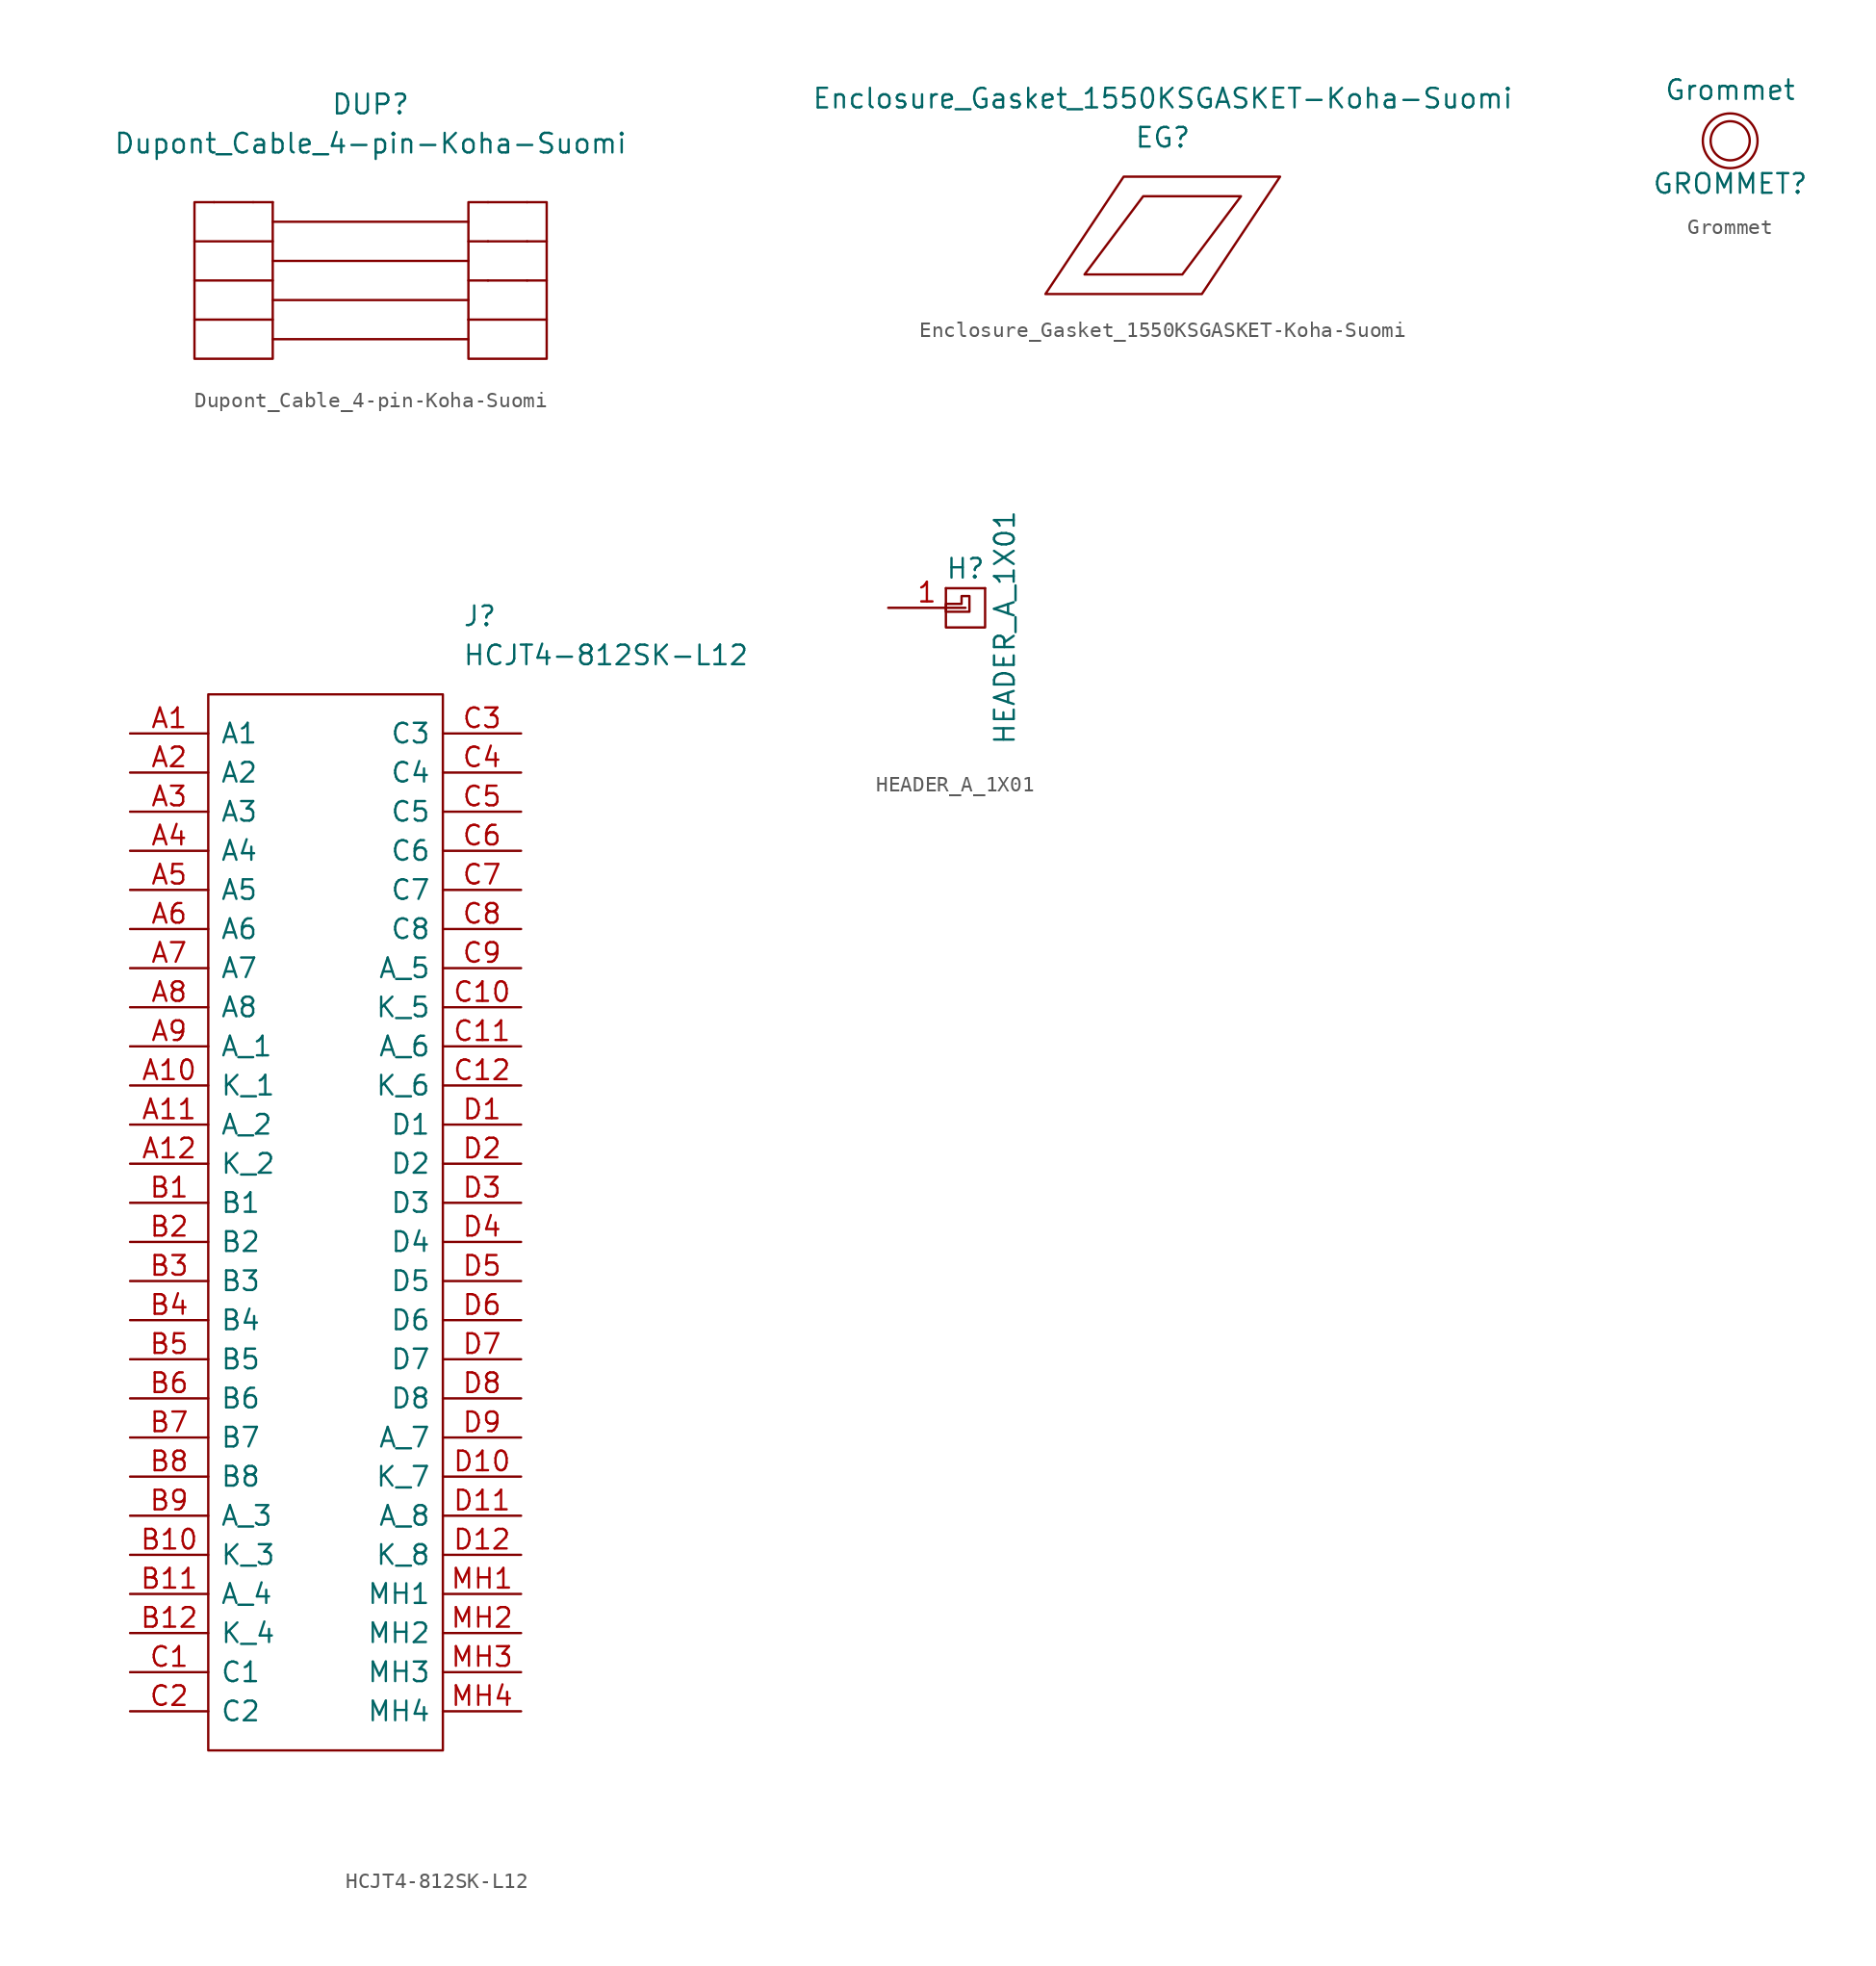
<source format=kicad_sym>
(kicad_symbol_lib
  (version 20220914)
  (generator kicad_symbol_editor)
  (symbol "Dupont_Cable_4-pin-Koha-Suomi"
    (pin_names
      (offset 1.016))
    (property "Reference" "DUP"
      (at 0 12.7 0)
      (effects (font (size 1.27 1.27))))
    (property "Value" "Dupont_Cable_4-pin-Koha-Suomi"
      (at 0 10.16 0)
      (effects (font (size 1.27 1.27))))
    (symbol "Dupont_Cable_4-pin-Koha-Suomi_0_1"
      (polyline (pts (xy -11.43 1.27) (xy -6.35 1.27)) (stroke (width 0) (type solid)) (fill (type none)))
      (polyline (pts (xy -11.43 3.81) (xy -6.35 3.81)) (stroke (width 0) (type solid)) (fill (type none)))
      (polyline (pts (xy -10.16 6.35) (xy -7.62 6.35)) (stroke (width 0) (type solid)) (fill (type none)))
      (polyline (pts (xy -7.62 6.35) (xy -6.35 6.35)) (stroke (width 0) (type solid)) (fill (type none)))
      (polyline (pts (xy -6.35 -2.54) (xy 6.35 -2.54)) (stroke (width 0) (type solid)) (fill (type none)))
      (polyline (pts (xy -6.35 2.54) (xy 6.35 2.54)) (stroke (width 0) (type solid)) (fill (type none)))
      (polyline (pts (xy -6.35 5.08) (xy 6.35 5.08)) (stroke (width 0) (type solid)) (fill (type none)))
      (polyline (pts (xy 6.35 0) (xy -6.35 0)) (stroke (width 0) (type solid)) (fill (type none)))
      (polyline (pts (xy 6.35 1.27) (xy 7.62 1.27)) (stroke (width 0) (type solid)) (fill (type none)))
      (polyline (pts (xy 6.35 3.81) (xy 7.62 3.81)) (stroke (width 0) (type solid)) (fill (type none)))
      (polyline (pts (xy 7.62 6.35) (xy 10.16 6.35)) (stroke (width 0) (type solid)) (fill (type none)))
      (polyline (pts (xy 10.16 1.27) (xy 7.62 1.27)) (stroke (width 0) (type solid)) (fill (type none)))
      (polyline (pts (xy 10.16 1.27) (xy 11.43 1.27)) (stroke (width 0) (type solid)) (fill (type none)))
      (polyline (pts (xy 10.16 3.81) (xy 7.62 3.81)) (stroke (width 0) (type solid)) (fill (type none)))
      (polyline (pts (xy 10.16 3.81) (xy 11.43 3.81)) (stroke (width 0) (type solid)) (fill (type none)))
      (polyline (pts (xy 6.35 -1.27) (xy 6.35 6.35) (xy 7.62 6.35)) (stroke (width 0) (type solid)) (fill (type none)))
      (polyline (pts (xy -6.35 -1.27) (xy -6.35 -3.81) (xy -11.43 -3.81) (xy -11.43 -1.27)) (stroke (width 0) (type solid)) (fill (type none)))
      (polyline (pts (xy 10.16 6.35) (xy 11.43 6.35) (xy 11.43 -1.27) (xy 6.35 -1.27)) (stroke (width 0) (type solid)) (fill (type none)))
      (polyline (pts (xy 11.43 -1.27) (xy 11.43 -3.81) (xy 6.35 -3.81) (xy 6.35 -1.27)) (stroke (width 0) (type solid)) (fill (type none)))
      (polyline (pts (xy -6.35 6.35) (xy -6.35 -1.27) (xy -11.43 -1.27) (xy -11.43 6.35) (xy -10.16 6.35)) (stroke (width 0) (type solid)) (fill (type none)))))
  (symbol "Enclosure_Gasket_1550KSGASKET-Koha-Suomi"
    (pin_names
      (offset 1.016))
    (property "Reference" "EG"
      (at 0 8.89 0)
      (effects (font (size 1.27 1.27))))
    (property "Value" "Enclosure_Gasket_1550KSGASKET-Koha-Suomi"
      (at 0 11.43 0)
      (effects (font (size 1.27 1.27))))
    (symbol "Enclosure_Gasket_1550KSGASKET-Koha-Suomi_0_1"
      (polyline (pts (xy -2.54 6.35) (xy -7.62 -1.27) (xy 2.54 -1.27) (xy 7.62 6.35) (xy -2.54 6.35)) (stroke (width 0) (type solid)) (fill (type none)))
      (polyline (pts (xy -1.27 5.08) (xy -5.08 0) (xy 1.27 0) (xy 5.08 5.08) (xy -1.27 5.08)) (stroke (width 0) (type solid)) (fill (type none)))))
  (symbol "Grommet"
    (pin_names
      (offset 1.016))
    (property "Reference" "GROMMET"
      (at 0 -2.794 0)
      (effects (font (size 1.27 1.27))))
    (property "Value" "Grommet"
      (at 0 3.302 0)
      (effects (font (size 1.27 1.27))))
    (symbol "Grommet_0_1"
      (circle (center 0 0) (radius 1.27) (stroke (width 0) (type solid)) (fill (type none)))
      (circle (center 0 0) (radius 1.778) (stroke (width 0) (type solid)) (fill (type none)))))
  (symbol "HCJT4-812SK-L12"
    (pin_names
      (offset 0.762))
    (property "Reference" "J"
      (at 21.59 7.62 0)
      (effects (font (size 1.27 1.27)) (justify left)))
    (property "Value" "HCJT4-812SK-L12"
      (at 21.59 5.08 0)
      (effects (font (size 1.27 1.27)) (justify left)))
    (symbol "HCJT4-812SK-L12_0_0"
      (pin passive line (at 0 0 0) (length 5.08) (name "A1" (effects (font (size 1.27 1.27)))) (number "A1" (effects (font (size 1.27 1.27)))))
      (pin passive line (at 0 -22.86 0) (length 5.08) (name "K_1" (effects (font (size 1.27 1.27)))) (number "A10" (effects (font (size 1.27 1.27)))))
      (pin passive line (at 0 -25.4 0) (length 5.08) (name "A_2" (effects (font (size 1.27 1.27)))) (number "A11" (effects (font (size 1.27 1.27)))))
      (pin passive line (at 0 -27.94 0) (length 5.08) (name "K_2" (effects (font (size 1.27 1.27)))) (number "A12" (effects (font (size 1.27 1.27)))))
      (pin passive line (at 0 -2.54 0) (length 5.08) (name "A2" (effects (font (size 1.27 1.27)))) (number "A2" (effects (font (size 1.27 1.27)))))
      (pin passive line (at 0 -5.08 0) (length 5.08) (name "A3" (effects (font (size 1.27 1.27)))) (number "A3" (effects (font (size 1.27 1.27)))))
      (pin passive line (at 0 -7.62 0) (length 5.08) (name "A4" (effects (font (size 1.27 1.27)))) (number "A4" (effects (font (size 1.27 1.27)))))
      (pin passive line (at 0 -10.16 0) (length 5.08) (name "A5" (effects (font (size 1.27 1.27)))) (number "A5" (effects (font (size 1.27 1.27)))))
      (pin passive line (at 0 -12.7 0) (length 5.08) (name "A6" (effects (font (size 1.27 1.27)))) (number "A6" (effects (font (size 1.27 1.27)))))
      (pin passive line (at 0 -15.24 0) (length 5.08) (name "A7" (effects (font (size 1.27 1.27)))) (number "A7" (effects (font (size 1.27 1.27)))))
      (pin passive line (at 0 -17.78 0) (length 5.08) (name "A8" (effects (font (size 1.27 1.27)))) (number "A8" (effects (font (size 1.27 1.27)))))
      (pin passive line (at 0 -20.32 0) (length 5.08) (name "A_1" (effects (font (size 1.27 1.27)))) (number "A9" (effects (font (size 1.27 1.27)))))
      (pin passive line (at 0 -30.48 0) (length 5.08) (name "B1" (effects (font (size 1.27 1.27)))) (number "B1" (effects (font (size 1.27 1.27)))))
      (pin passive line (at 0 -53.34 0) (length 5.08) (name "K_3" (effects (font (size 1.27 1.27)))) (number "B10" (effects (font (size 1.27 1.27)))))
      (pin passive line (at 0 -55.88 0) (length 5.08) (name "A_4" (effects (font (size 1.27 1.27)))) (number "B11" (effects (font (size 1.27 1.27)))))
      (pin passive line (at 0 -58.42 0) (length 5.08) (name "K_4" (effects (font (size 1.27 1.27)))) (number "B12" (effects (font (size 1.27 1.27)))))
      (pin passive line (at 0 -33.02 0) (length 5.08) (name "B2" (effects (font (size 1.27 1.27)))) (number "B2" (effects (font (size 1.27 1.27)))))
      (pin passive line (at 0 -35.56 0) (length 5.08) (name "B3" (effects (font (size 1.27 1.27)))) (number "B3" (effects (font (size 1.27 1.27)))))
      (pin passive line (at 0 -38.1 0) (length 5.08) (name "B4" (effects (font (size 1.27 1.27)))) (number "B4" (effects (font (size 1.27 1.27)))))
      (pin passive line (at 0 -40.64 0) (length 5.08) (name "B5" (effects (font (size 1.27 1.27)))) (number "B5" (effects (font (size 1.27 1.27)))))
      (pin passive line (at 0 -43.18 0) (length 5.08) (name "B6" (effects (font (size 1.27 1.27)))) (number "B6" (effects (font (size 1.27 1.27)))))
      (pin passive line (at 0 -45.72 0) (length 5.08) (name "B7" (effects (font (size 1.27 1.27)))) (number "B7" (effects (font (size 1.27 1.27)))))
      (pin passive line (at 0 -48.26 0) (length 5.08) (name "B8" (effects (font (size 1.27 1.27)))) (number "B8" (effects (font (size 1.27 1.27)))))
      (pin passive line (at 0 -50.8 0) (length 5.08) (name "A_3" (effects (font (size 1.27 1.27)))) (number "B9" (effects (font (size 1.27 1.27)))))
      (pin passive line (at 0 -60.96 0) (length 5.08) (name "C1" (effects (font (size 1.27 1.27)))) (number "C1" (effects (font (size 1.27 1.27)))))
      (pin passive line (at 25.4 -17.78 180) (length 5.08) (name "K_5" (effects (font (size 1.27 1.27)))) (number "C10" (effects (font (size 1.27 1.27)))))
      (pin passive line (at 25.4 -20.32 180) (length 5.08) (name "A_6" (effects (font (size 1.27 1.27)))) (number "C11" (effects (font (size 1.27 1.27)))))
      (pin passive line (at 25.4 -22.86 180) (length 5.08) (name "K_6" (effects (font (size 1.27 1.27)))) (number "C12" (effects (font (size 1.27 1.27)))))
      (pin passive line (at 0 -63.5 0) (length 5.08) (name "C2" (effects (font (size 1.27 1.27)))) (number "C2" (effects (font (size 1.27 1.27)))))
      (pin passive line (at 25.4 0 180) (length 5.08) (name "C3" (effects (font (size 1.27 1.27)))) (number "C3" (effects (font (size 1.27 1.27)))))
      (pin passive line (at 25.4 -2.54 180) (length 5.08) (name "C4" (effects (font (size 1.27 1.27)))) (number "C4" (effects (font (size 1.27 1.27)))))
      (pin passive line (at 25.4 -5.08 180) (length 5.08) (name "C5" (effects (font (size 1.27 1.27)))) (number "C5" (effects (font (size 1.27 1.27)))))
      (pin passive line (at 25.4 -7.62 180) (length 5.08) (name "C6" (effects (font (size 1.27 1.27)))) (number "C6" (effects (font (size 1.27 1.27)))))
      (pin passive line (at 25.4 -10.16 180) (length 5.08) (name "C7" (effects (font (size 1.27 1.27)))) (number "C7" (effects (font (size 1.27 1.27)))))
      (pin passive line (at 25.4 -12.7 180) (length 5.08) (name "C8" (effects (font (size 1.27 1.27)))) (number "C8" (effects (font (size 1.27 1.27)))))
      (pin passive line (at 25.4 -15.24 180) (length 5.08) (name "A_5" (effects (font (size 1.27 1.27)))) (number "C9" (effects (font (size 1.27 1.27)))))
      (pin passive line (at 25.4 -25.4 180) (length 5.08) (name "D1" (effects (font (size 1.27 1.27)))) (number "D1" (effects (font (size 1.27 1.27)))))
      (pin passive line (at 25.4 -48.26 180) (length 5.08) (name "K_7" (effects (font (size 1.27 1.27)))) (number "D10" (effects (font (size 1.27 1.27)))))
      (pin passive line (at 25.4 -50.8 180) (length 5.08) (name "A_8" (effects (font (size 1.27 1.27)))) (number "D11" (effects (font (size 1.27 1.27)))))
      (pin passive line (at 25.4 -53.34 180) (length 5.08) (name "K_8" (effects (font (size 1.27 1.27)))) (number "D12" (effects (font (size 1.27 1.27)))))
      (pin passive line (at 25.4 -27.94 180) (length 5.08) (name "D2" (effects (font (size 1.27 1.27)))) (number "D2" (effects (font (size 1.27 1.27)))))
      (pin passive line (at 25.4 -30.48 180) (length 5.08) (name "D3" (effects (font (size 1.27 1.27)))) (number "D3" (effects (font (size 1.27 1.27)))))
      (pin passive line (at 25.4 -33.02 180) (length 5.08) (name "D4" (effects (font (size 1.27 1.27)))) (number "D4" (effects (font (size 1.27 1.27)))))
      (pin passive line (at 25.4 -35.56 180) (length 5.08) (name "D5" (effects (font (size 1.27 1.27)))) (number "D5" (effects (font (size 1.27 1.27)))))
      (pin passive line (at 25.4 -38.1 180) (length 5.08) (name "D6" (effects (font (size 1.27 1.27)))) (number "D6" (effects (font (size 1.27 1.27)))))
      (pin passive line (at 25.4 -40.64 180) (length 5.08) (name "D7" (effects (font (size 1.27 1.27)))) (number "D7" (effects (font (size 1.27 1.27)))))
      (pin passive line (at 25.4 -43.18 180) (length 5.08) (name "D8" (effects (font (size 1.27 1.27)))) (number "D8" (effects (font (size 1.27 1.27)))))
      (pin passive line (at 25.4 -45.72 180) (length 5.08) (name "A_7" (effects (font (size 1.27 1.27)))) (number "D9" (effects (font (size 1.27 1.27)))))
      (pin passive line (at 25.4 -55.88 180) (length 5.08) (name "MH1" (effects (font (size 1.27 1.27)))) (number "MH1" (effects (font (size 1.27 1.27)))))
      (pin passive line (at 25.4 -58.42 180) (length 5.08) (name "MH2" (effects (font (size 1.27 1.27)))) (number "MH2" (effects (font (size 1.27 1.27)))))
      (pin passive line (at 25.4 -60.96 180) (length 5.08) (name "MH3" (effects (font (size 1.27 1.27)))) (number "MH3" (effects (font (size 1.27 1.27)))))
      (pin passive line (at 25.4 -63.5 180) (length 5.08) (name "MH4" (effects (font (size 1.27 1.27)))) (number "MH4" (effects (font (size 1.27 1.27))))))
    (symbol "HCJT4-812SK-L12_0_1"
      (polyline (pts (xy 5.08 2.54) (xy 20.32 2.54) (xy 20.32 -66.04) (xy 5.08 -66.04) (xy 5.08 2.54)) (stroke (width 0.152) (type solid)) (fill (type none)))))
  (symbol "HEADER_A_1X01"
    (pin_names
      (offset 1.016) hide)
    (property "Reference" "H"
      (at 0 13.97 0)
      (effects (font (size 1.27 1.27))))
    (property "Value" "HEADER_A_1X01"
      (at 2.54 10.16 90)
      (effects (font (size 1.27 1.27))))
    (symbol "HEADER_A_1X01_0_1"
      (polyline (pts (xy 1.27 12.7) (xy -1.27 12.7)) (stroke (width 0) (type solid)) (fill (type none)))
      (polyline (pts (xy -1.27 12.7) (xy -1.27 10.16) (xy 1.27 10.16) (xy 1.27 12.7)) (stroke (width 0) (type solid)) (fill (type none)))
      (polyline (pts (xy -0.254 12.192) (xy 0.254 12.192) (xy 0.254 11.176) (xy -1.27 11.176) (xy -1.27 11.684) (xy -0.254 11.684) (xy -0.254 12.192)) (stroke (width 0) (type solid)) (fill (type none))))
    (symbol "HEADER_A_1X01_1_1"
      (pin passive line (at 0 11.43 180) (length 5.004) (name "P1" (effects (font (size 1.27 1.27)))) (number "1" (effects (font (size 1.27 1.27))))))))
</source>
